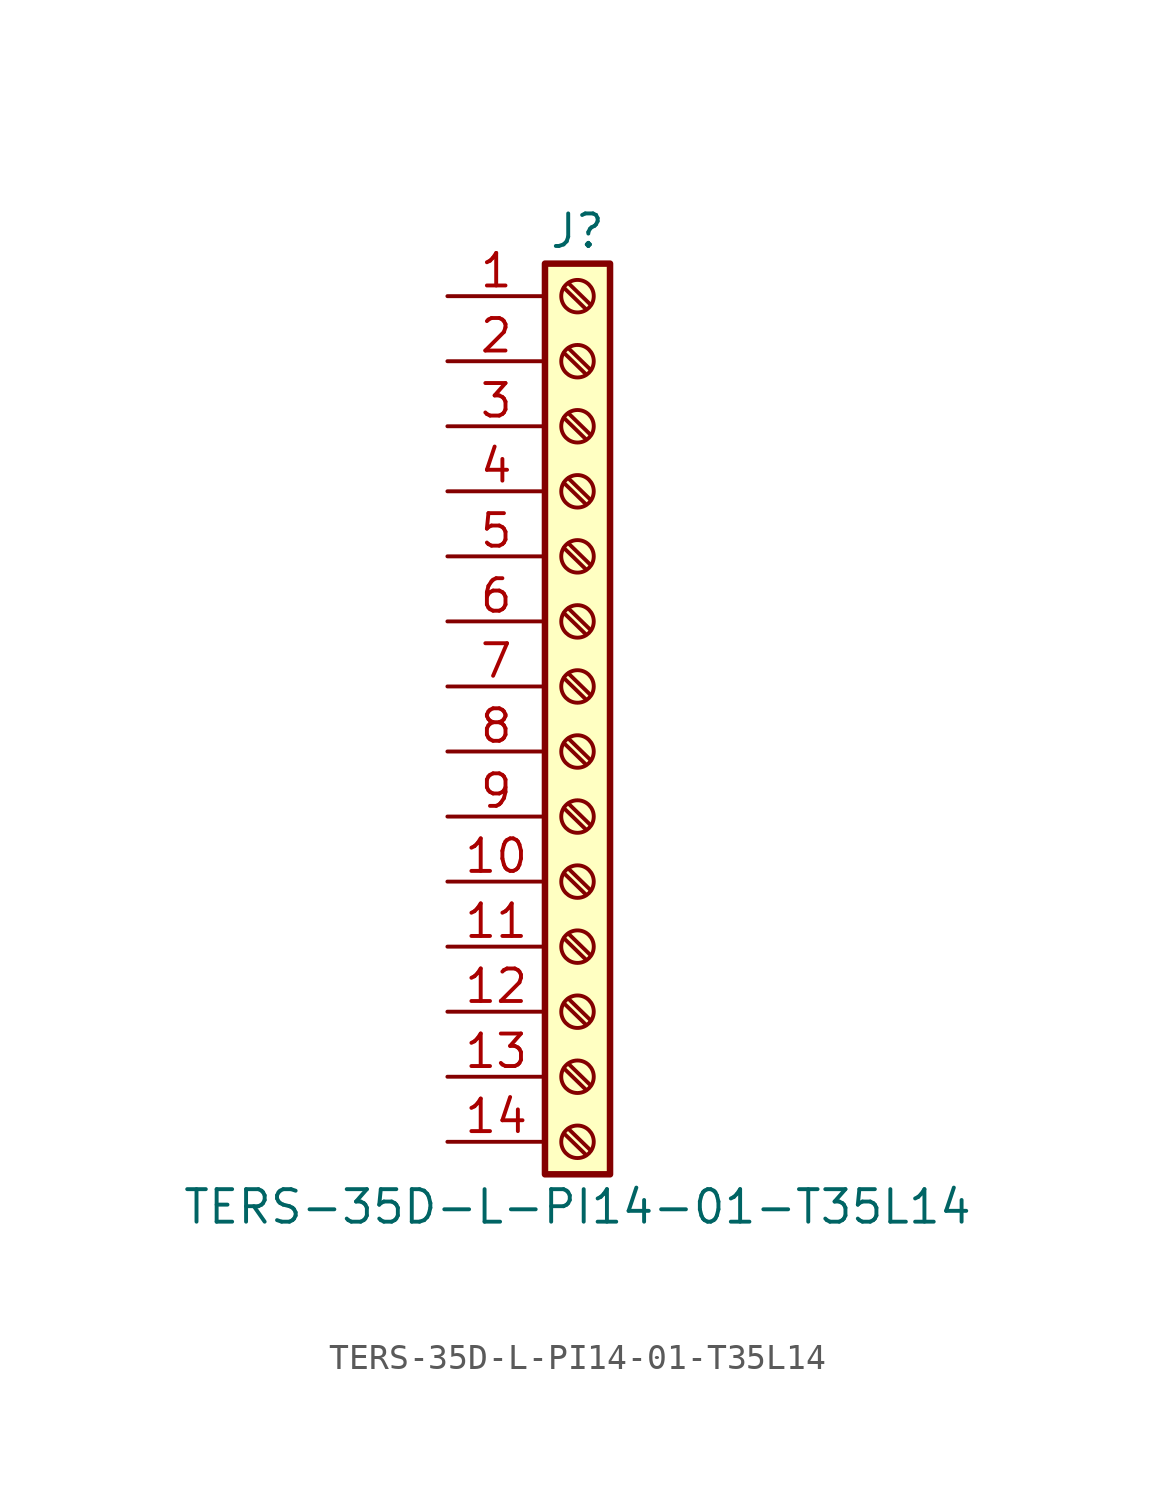
<source format=kicad_sym>
(kicad_symbol_lib
  (version 20211014)
  (generator kicad_symbol_editor)
  (symbol "TERS-35D-L-PI14-01-T35L14"
    (pin_names
      (offset 1.016) hide)
    (property "Reference" "J"
      (at 0 17.78 0)
      (effects (font (size 1.27 1.27))))
    (property "Value" "TERS-35D-L-PI14-01-T35L14"
      (at 0 -20.32 0)
      (effects (font (size 1.27 1.27))))
    (symbol "TERS-35D-L-PI14-01-T35L14_1_1"
      (rectangle (start -1.27 16.51) (end 1.27 -19.05) (stroke (width 0.254) (type default) (color 0 0 0 0)) (fill (type background)))
      (circle (center 0 -17.78) (radius 0.635) (stroke (width 0.152) (type default) (color 0 0 0 0)) (fill (type none)))
      (circle (center 0 -15.24) (radius 0.635) (stroke (width 0.152) (type default) (color 0 0 0 0)) (fill (type none)))
      (circle (center 0 -12.7) (radius 0.635) (stroke (width 0.152) (type default) (color 0 0 0 0)) (fill (type none)))
      (circle (center 0 -10.16) (radius 0.635) (stroke (width 0.152) (type default) (color 0 0 0 0)) (fill (type none)))
      (circle (center 0 -7.62) (radius 0.635) (stroke (width 0.152) (type default) (color 0 0 0 0)) (fill (type none)))
      (circle (center 0 -5.08) (radius 0.635) (stroke (width 0.152) (type default) (color 0 0 0 0)) (fill (type none)))
      (circle (center 0 -2.54) (radius 0.635) (stroke (width 0.152) (type default) (color 0 0 0 0)) (fill (type none)))
      (polyline (pts (xy -0.533 -17.45) (xy 0.33 -18.288)) (stroke (width 0.152) (type default) (color 0 0 0 0)) (fill (type none)))
      (polyline (pts (xy -0.533 -14.91) (xy 0.33 -15.748)) (stroke (width 0.152) (type default) (color 0 0 0 0)) (fill (type none)))
      (polyline (pts (xy -0.533 -12.37) (xy 0.33 -13.208)) (stroke (width 0.152) (type default) (color 0 0 0 0)) (fill (type none)))
      (polyline (pts (xy -0.533 -9.83) (xy 0.33 -10.668)) (stroke (width 0.152) (type default) (color 0 0 0 0)) (fill (type none)))
      (polyline (pts (xy -0.533 -7.29) (xy 0.33 -8.128)) (stroke (width 0.152) (type default) (color 0 0 0 0)) (fill (type none)))
      (polyline (pts (xy -0.533 -4.75) (xy 0.33 -5.588)) (stroke (width 0.152) (type default) (color 0 0 0 0)) (fill (type none)))
      (polyline (pts (xy -0.533 -2.21) (xy 0.33 -3.048)) (stroke (width 0.152) (type default) (color 0 0 0 0)) (fill (type none)))
      (polyline (pts (xy -0.533 0.33) (xy 0.33 -0.508)) (stroke (width 0.152) (type default) (color 0 0 0 0)) (fill (type none)))
      (polyline (pts (xy -0.533 2.87) (xy 0.33 2.032)) (stroke (width 0.152) (type default) (color 0 0 0 0)) (fill (type none)))
      (polyline (pts (xy -0.533 5.41) (xy 0.33 4.572)) (stroke (width 0.152) (type default) (color 0 0 0 0)) (fill (type none)))
      (polyline (pts (xy -0.533 7.95) (xy 0.33 7.112)) (stroke (width 0.152) (type default) (color 0 0 0 0)) (fill (type none)))
      (polyline (pts (xy -0.533 10.49) (xy 0.33 9.652)) (stroke (width 0.152) (type default) (color 0 0 0 0)) (fill (type none)))
      (polyline (pts (xy -0.533 13.03) (xy 0.33 12.192)) (stroke (width 0.152) (type default) (color 0 0 0 0)) (fill (type none)))
      (polyline (pts (xy -0.533 15.57) (xy 0.33 14.732)) (stroke (width 0.152) (type default) (color 0 0 0 0)) (fill (type none)))
      (polyline (pts (xy -0.356 -17.272) (xy 0.508 -18.11)) (stroke (width 0.152) (type default) (color 0 0 0 0)) (fill (type none)))
      (polyline (pts (xy -0.356 -14.732) (xy 0.508 -15.57)) (stroke (width 0.152) (type default) (color 0 0 0 0)) (fill (type none)))
      (polyline (pts (xy -0.356 -12.192) (xy 0.508 -13.03)) (stroke (width 0.152) (type default) (color 0 0 0 0)) (fill (type none)))
      (polyline (pts (xy -0.356 -9.652) (xy 0.508 -10.49)) (stroke (width 0.152) (type default) (color 0 0 0 0)) (fill (type none)))
      (polyline (pts (xy -0.356 -7.112) (xy 0.508 -7.95)) (stroke (width 0.152) (type default) (color 0 0 0 0)) (fill (type none)))
      (polyline (pts (xy -0.356 -4.572) (xy 0.508 -5.41)) (stroke (width 0.152) (type default) (color 0 0 0 0)) (fill (type none)))
      (polyline (pts (xy -0.356 -2.032) (xy 0.508 -2.87)) (stroke (width 0.152) (type default) (color 0 0 0 0)) (fill (type none)))
      (polyline (pts (xy -0.356 0.508) (xy 0.508 -0.33)) (stroke (width 0.152) (type default) (color 0 0 0 0)) (fill (type none)))
      (polyline (pts (xy -0.356 3.048) (xy 0.508 2.21)) (stroke (width 0.152) (type default) (color 0 0 0 0)) (fill (type none)))
      (polyline (pts (xy -0.356 5.588) (xy 0.508 4.75)) (stroke (width 0.152) (type default) (color 0 0 0 0)) (fill (type none)))
      (polyline (pts (xy -0.356 8.128) (xy 0.508 7.29)) (stroke (width 0.152) (type default) (color 0 0 0 0)) (fill (type none)))
      (polyline (pts (xy -0.356 10.668) (xy 0.508 9.83)) (stroke (width 0.152) (type default) (color 0 0 0 0)) (fill (type none)))
      (polyline (pts (xy -0.356 13.208) (xy 0.508 12.37)) (stroke (width 0.152) (type default) (color 0 0 0 0)) (fill (type none)))
      (polyline (pts (xy -0.356 15.748) (xy 0.508 14.91)) (stroke (width 0.152) (type default) (color 0 0 0 0)) (fill (type none)))
      (circle (center 0 0) (radius 0.635) (stroke (width 0.152) (type default) (color 0 0 0 0)) (fill (type none)))
      (circle (center 0 2.54) (radius 0.635) (stroke (width 0.152) (type default) (color 0 0 0 0)) (fill (type none)))
      (circle (center 0 5.08) (radius 0.635) (stroke (width 0.152) (type default) (color 0 0 0 0)) (fill (type none)))
      (circle (center 0 7.62) (radius 0.635) (stroke (width 0.152) (type default) (color 0 0 0 0)) (fill (type none)))
      (circle (center 0 10.16) (radius 0.635) (stroke (width 0.152) (type default) (color 0 0 0 0)) (fill (type none)))
      (circle (center 0 12.7) (radius 0.635) (stroke (width 0.152) (type default) (color 0 0 0 0)) (fill (type none)))
      (circle (center 0 15.24) (radius 0.635) (stroke (width 0.152) (type default) (color 0 0 0 0)) (fill (type none)))
      (pin passive line (at -5.08 15.24 0) (length 3.81) (name "Pin_1" (effects (font (size 1.27 1.27)))) (number "1" (effects (font (size 1.27 1.27)))))
      (pin passive line (at -5.08 -7.62 0) (length 3.81) (name "Pin_10" (effects (font (size 1.27 1.27)))) (number "10" (effects (font (size 1.27 1.27)))))
      (pin passive line (at -5.08 -10.16 0) (length 3.81) (name "Pin_11" (effects (font (size 1.27 1.27)))) (number "11" (effects (font (size 1.27 1.27)))))
      (pin passive line (at -5.08 -12.7 0) (length 3.81) (name "Pin_12" (effects (font (size 1.27 1.27)))) (number "12" (effects (font (size 1.27 1.27)))))
      (pin passive line (at -5.08 -15.24 0) (length 3.81) (name "Pin_13" (effects (font (size 1.27 1.27)))) (number "13" (effects (font (size 1.27 1.27)))))
      (pin passive line (at -5.08 -17.78 0) (length 3.81) (name "Pin_14" (effects (font (size 1.27 1.27)))) (number "14" (effects (font (size 1.27 1.27)))))
      (pin passive line (at -5.08 12.7 0) (length 3.81) (name "Pin_2" (effects (font (size 1.27 1.27)))) (number "2" (effects (font (size 1.27 1.27)))))
      (pin passive line (at -5.08 10.16 0) (length 3.81) (name "Pin_3" (effects (font (size 1.27 1.27)))) (number "3" (effects (font (size 1.27 1.27)))))
      (pin passive line (at -5.08 7.62 0) (length 3.81) (name "Pin_4" (effects (font (size 1.27 1.27)))) (number "4" (effects (font (size 1.27 1.27)))))
      (pin passive line (at -5.08 5.08 0) (length 3.81) (name "Pin_5" (effects (font (size 1.27 1.27)))) (number "5" (effects (font (size 1.27 1.27)))))
      (pin passive line (at -5.08 2.54 0) (length 3.81) (name "Pin_6" (effects (font (size 1.27 1.27)))) (number "6" (effects (font (size 1.27 1.27)))))
      (pin passive line (at -5.08 0 0) (length 3.81) (name "Pin_7" (effects (font (size 1.27 1.27)))) (number "7" (effects (font (size 1.27 1.27)))))
      (pin passive line (at -5.08 -2.54 0) (length 3.81) (name "Pin_8" (effects (font (size 1.27 1.27)))) (number "8" (effects (font (size 1.27 1.27)))))
      (pin passive line (at -5.08 -5.08 0) (length 3.81) (name "Pin_9" (effects (font (size 1.27 1.27)))) (number "9" (effects (font (size 1.27 1.27))))))))
</source>
